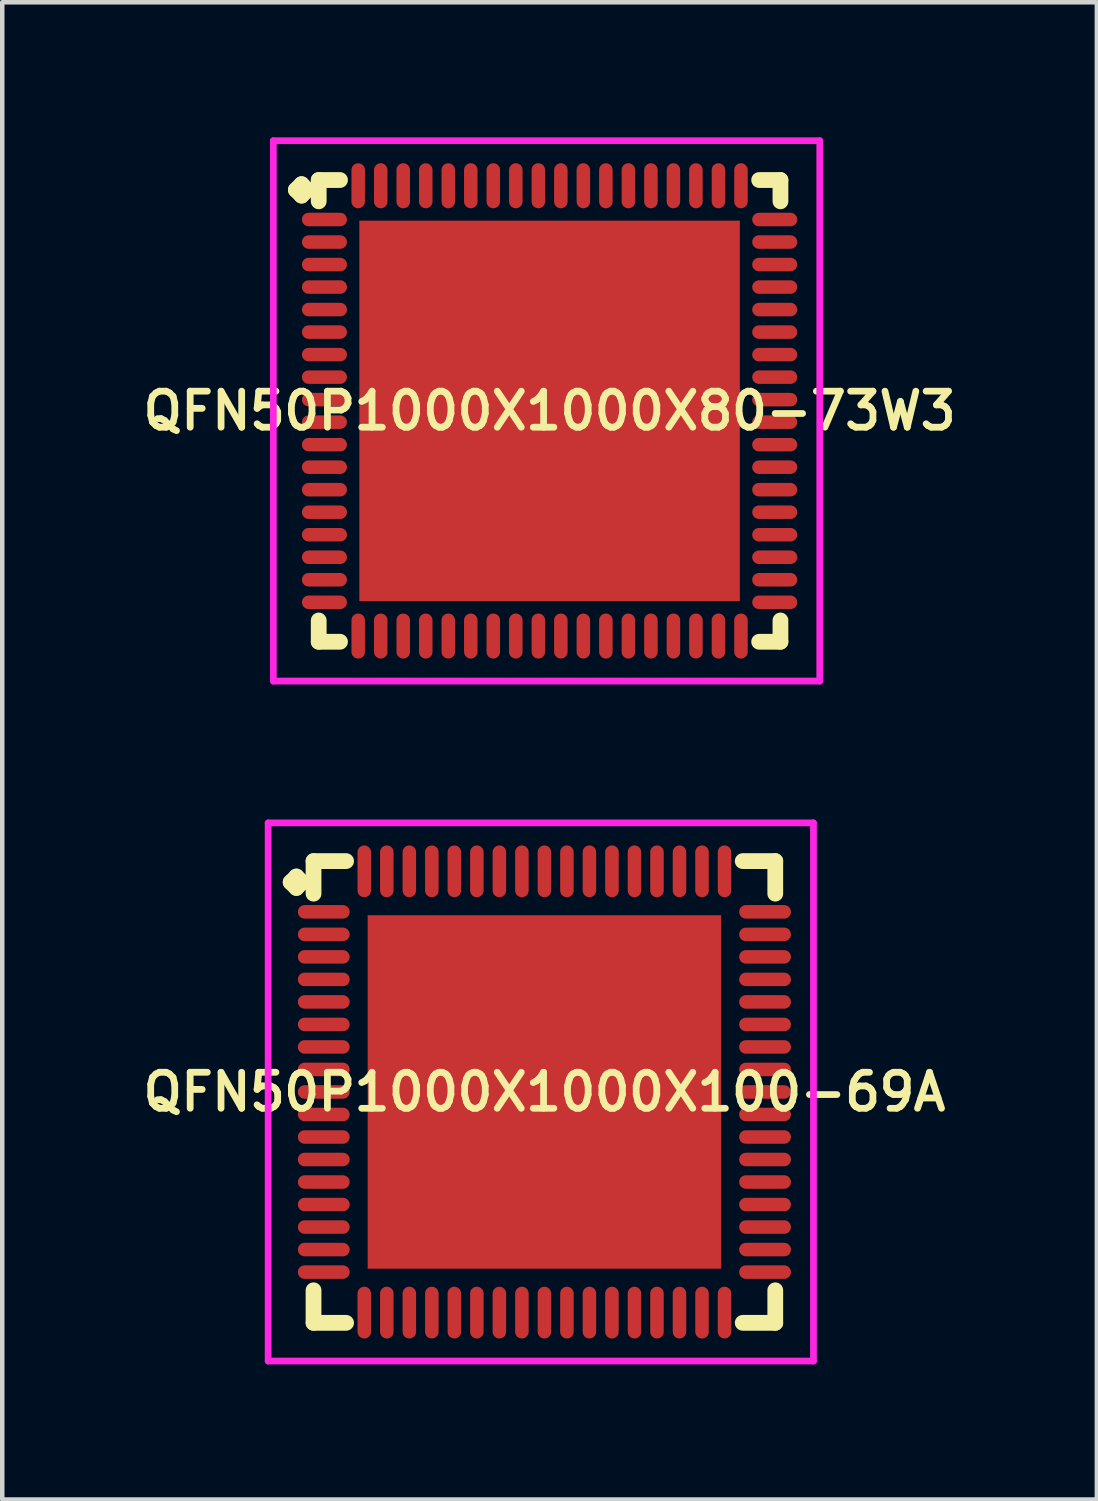
<source format=kicad_pcb>
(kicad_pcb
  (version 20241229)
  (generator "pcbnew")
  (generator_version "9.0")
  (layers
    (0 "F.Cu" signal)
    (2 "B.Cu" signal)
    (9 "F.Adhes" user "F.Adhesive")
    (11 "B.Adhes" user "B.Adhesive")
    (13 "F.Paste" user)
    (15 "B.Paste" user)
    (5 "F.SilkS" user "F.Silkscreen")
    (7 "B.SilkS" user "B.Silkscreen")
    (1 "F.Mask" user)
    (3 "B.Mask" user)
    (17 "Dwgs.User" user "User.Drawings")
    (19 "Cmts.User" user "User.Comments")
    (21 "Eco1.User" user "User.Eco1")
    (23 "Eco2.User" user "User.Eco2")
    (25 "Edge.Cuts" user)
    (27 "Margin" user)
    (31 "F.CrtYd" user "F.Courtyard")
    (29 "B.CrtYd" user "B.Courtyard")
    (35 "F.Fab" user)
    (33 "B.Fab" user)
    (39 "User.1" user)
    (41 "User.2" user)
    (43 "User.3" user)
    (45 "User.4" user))
  (footprint "QFN50P1000X1000X80-73W3"
    (layer "F.Cu")
    (at 9.155 6.075)
    (property "Reference" "QFN50P1000X1000X80-73W3" (at 0 0 0) (layer "F.SilkS") (effects (font (size 0.8 0.8) (thickness 0.15))))
    (attr smd)
    (fp_line (start -5.635 -4.908) (end -5.508 -5.035) (stroke (width 0.35) (type solid)) (layer "F.SilkS"))
    (fp_line (start -5.508 -5.035) (end -5.381 -4.908) (stroke (width 0.35) (type solid)) (layer "F.SilkS"))
    (fp_line (start -5.508 -4.781) (end -5.635 -4.908) (stroke (width 0.35) (type solid)) (layer "F.SilkS"))
    (fp_line (start -5.381 -4.908) (end -5.508 -4.781) (stroke (width 0.35) (type solid)) (layer "F.SilkS"))
    (fp_line (start -5.127 -5.127) (end -4.654 -5.127) (stroke (width 0.35) (type solid)) (layer "F.SilkS"))
    (fp_line (start -5.127 -4.654) (end -5.127 -5.127) (stroke (width 0.35) (type solid)) (layer "F.SilkS"))
    (fp_line (start -5.127 4.654) (end -5.127 5.127) (stroke (width 0.35) (type solid)) (layer "F.SilkS"))
    (fp_line (start -5.127 5.127) (end -4.654 5.127) (stroke (width 0.35) (type solid)) (layer "F.SilkS"))
    (fp_line (start 4.654 -5.127) (end 5.127 -5.127) (stroke (width 0.35) (type solid)) (layer "F.SilkS"))
    (fp_line (start 4.654 5.127) (end 5.127 5.127) (stroke (width 0.35) (type solid)) (layer "F.SilkS"))
    (fp_line (start 5.127 -5.127) (end 5.127 -4.654) (stroke (width 0.35) (type solid)) (layer "F.SilkS"))
    (fp_line (start 5.127 5.127) (end 5.127 4.654) (stroke (width 0.35) (type solid)) (layer "F.SilkS"))
    (fp_line (start -6.135 -6) (end 6 -6) (stroke (width 0.15) (type solid)) (layer "F.CrtYd"))
    (fp_line (start -6.135 6) (end -6.135 -6) (stroke (width 0.15) (type solid)) (layer "F.CrtYd"))
    (fp_line (start 6 -6) (end 6 6) (stroke (width 0.15) (type solid)) (layer "F.CrtYd"))
    (fp_line (start 6 6) (end -6.135 6) (stroke (width 0.15) (type solid)) (layer "F.CrtYd"))
    (pad "1" smd oval (at -5 -4.25) (size 1 0.3) (layers "F.Cu" "F.Mask" "F.Paste"))
    (pad "2" smd oval (at -5 -3.75) (size 1 0.3) (layers "F.Cu" "F.Mask" "F.Paste"))
    (pad "3" smd oval (at -5 -3.25) (size 1 0.3) (layers "F.Cu" "F.Mask" "F.Paste"))
    (pad "4" smd oval (at -5 -2.75) (size 1 0.3) (layers "F.Cu" "F.Mask" "F.Paste"))
    (pad "5" smd oval (at -5 -2.25) (size 1 0.3) (layers "F.Cu" "F.Mask" "F.Paste"))
    (pad "6" smd oval (at -5 -1.75) (size 1 0.3) (layers "F.Cu" "F.Mask" "F.Paste"))
    (pad "7" smd oval (at -5 -1.25) (size 1 0.3) (layers "F.Cu" "F.Mask" "F.Paste"))
    (pad "8" smd oval (at -5 -0.75) (size 1 0.3) (layers "F.Cu" "F.Mask" "F.Paste"))
    (pad "9" smd oval (at -5 -0.25) (size 1 0.3) (layers "F.Cu" "F.Mask" "F.Paste"))
    (pad "10" smd oval (at -5 0.25) (size 1 0.3) (layers "F.Cu" "F.Mask" "F.Paste"))
    (pad "11" smd oval (at -5 0.75) (size 1 0.3) (layers "F.Cu" "F.Mask" "F.Paste"))
    (pad "12" smd oval (at -5 1.25) (size 1 0.3) (layers "F.Cu" "F.Mask" "F.Paste"))
    (pad "13" smd oval (at -5 1.75) (size 1 0.3) (layers "F.Cu" "F.Mask" "F.Paste"))
    (pad "14" smd oval (at -5 2.25) (size 1 0.3) (layers "F.Cu" "F.Mask" "F.Paste"))
    (pad "15" smd oval (at -5 2.75) (size 1 0.3) (layers "F.Cu" "F.Mask" "F.Paste"))
    (pad "16" smd oval (at -5 3.25) (size 1 0.3) (layers "F.Cu" "F.Mask" "F.Paste"))
    (pad "17" smd oval (at -5 3.75) (size 1 0.3) (layers "F.Cu" "F.Mask" "F.Paste"))
    (pad "18" smd oval (at -5 4.25) (size 1 0.3) (layers "F.Cu" "F.Mask" "F.Paste"))
    (pad "19" smd oval (at -4.25 5) (size 0.3 1) (layers "F.Cu" "F.Mask" "F.Paste"))
    (pad "20" smd oval (at -3.75 5) (size 0.3 1) (layers "F.Cu" "F.Mask" "F.Paste"))
    (pad "21" smd oval (at -3.25 5) (size 0.3 1) (layers "F.Cu" "F.Mask" "F.Paste"))
    (pad "22" smd oval (at -2.75 5) (size 0.3 1) (layers "F.Cu" "F.Mask" "F.Paste"))
    (pad "23" smd oval (at -2.25 5) (size 0.3 1) (layers "F.Cu" "F.Mask" "F.Paste"))
    (pad "24" smd oval (at -1.75 5) (size 0.3 1) (layers "F.Cu" "F.Mask" "F.Paste"))
    (pad "25" smd oval (at -1.25 5) (size 0.3 1) (layers "F.Cu" "F.Mask" "F.Paste"))
    (pad "26" smd oval (at -0.75 5) (size 0.3 1) (layers "F.Cu" "F.Mask" "F.Paste"))
    (pad "27" smd oval (at -0.25 5) (size 0.3 1) (layers "F.Cu" "F.Mask" "F.Paste"))
    (pad "28" smd oval (at 0.25 5) (size 0.3 1) (layers "F.Cu" "F.Mask" "F.Paste"))
    (pad "29" smd oval (at 0.75 5) (size 0.3 1) (layers "F.Cu" "F.Mask" "F.Paste"))
    (pad "30" smd oval (at 1.25 5) (size 0.3 1) (layers "F.Cu" "F.Mask" "F.Paste"))
    (pad "31" smd oval (at 1.75 5) (size 0.3 1) (layers "F.Cu" "F.Mask" "F.Paste"))
    (pad "32" smd oval (at 2.25 5) (size 0.3 1) (layers "F.Cu" "F.Mask" "F.Paste"))
    (pad "33" smd oval (at 2.75 5) (size 0.3 1) (layers "F.Cu" "F.Mask" "F.Paste"))
    (pad "34" smd oval (at 3.25 5) (size 0.3 1) (layers "F.Cu" "F.Mask" "F.Paste"))
    (pad "35" smd oval (at 3.75 5) (size 0.3 1) (layers "F.Cu" "F.Mask" "F.Paste"))
    (pad "36" smd oval (at 4.25 5) (size 0.3 1) (layers "F.Cu" "F.Mask" "F.Paste"))
    (pad "37" smd oval (at 5 4.25) (size 1 0.3) (layers "F.Cu" "F.Mask" "F.Paste"))
    (pad "38" smd oval (at 5 3.75) (size 1 0.3) (layers "F.Cu" "F.Mask" "F.Paste"))
    (pad "39" smd oval (at 5 3.25) (size 1 0.3) (layers "F.Cu" "F.Mask" "F.Paste"))
    (pad "40" smd oval (at 5 2.75) (size 1 0.3) (layers "F.Cu" "F.Mask" "F.Paste"))
    (pad "41" smd oval (at 5 2.25) (size 1 0.3) (layers "F.Cu" "F.Mask" "F.Paste"))
    (pad "42" smd oval (at 5 1.75) (size 1 0.3) (layers "F.Cu" "F.Mask" "F.Paste"))
    (pad "43" smd oval (at 5 1.25) (size 1 0.3) (layers "F.Cu" "F.Mask" "F.Paste"))
    (pad "44" smd oval (at 5 0.75) (size 1 0.3) (layers "F.Cu" "F.Mask" "F.Paste"))
    (pad "45" smd oval (at 5 0.25) (size 1 0.3) (layers "F.Cu" "F.Mask" "F.Paste"))
    (pad "46" smd oval (at 5 -0.25) (size 1 0.3) (layers "F.Cu" "F.Mask" "F.Paste"))
    (pad "47" smd oval (at 5 -0.75) (size 1 0.3) (layers "F.Cu" "F.Mask" "F.Paste"))
    (pad "48" smd oval (at 5 -1.25) (size 1 0.3) (layers "F.Cu" "F.Mask" "F.Paste"))
    (pad "49" smd oval (at 5 -1.75) (size 1 0.3) (layers "F.Cu" "F.Mask" "F.Paste"))
    (pad "50" smd oval (at 5 -2.25) (size 1 0.3) (layers "F.Cu" "F.Mask" "F.Paste"))
    (pad "51" smd oval (at 5 -2.75) (size 1 0.3) (layers "F.Cu" "F.Mask" "F.Paste"))
    (pad "52" smd oval (at 5 -3.25) (size 1 0.3) (layers "F.Cu" "F.Mask" "F.Paste"))
    (pad "53" smd oval (at 5 -3.75) (size 1 0.3) (layers "F.Cu" "F.Mask" "F.Paste"))
    (pad "54" smd oval (at 5 -4.25) (size 1 0.3) (layers "F.Cu" "F.Mask" "F.Paste"))
    (pad "55" smd oval (at 4.25 -5) (size 0.3 1) (layers "F.Cu" "F.Mask" "F.Paste"))
    (pad "56" smd oval (at 3.75 -5) (size 0.3 1) (layers "F.Cu" "F.Mask" "F.Paste"))
    (pad "57" smd oval (at 3.25 -5) (size 0.3 1) (layers "F.Cu" "F.Mask" "F.Paste"))
    (pad "58" smd oval (at 2.75 -5) (size 0.3 1) (layers "F.Cu" "F.Mask" "F.Paste"))
    (pad "59" smd oval (at 2.25 -5) (size 0.3 1) (layers "F.Cu" "F.Mask" "F.Paste"))
    (pad "60" smd oval (at 1.75 -5) (size 0.3 1) (layers "F.Cu" "F.Mask" "F.Paste"))
    (pad "61" smd oval (at 1.25 -5) (size 0.3 1) (layers "F.Cu" "F.Mask" "F.Paste"))
    (pad "62" smd oval (at 0.75 -5) (size 0.3 1) (layers "F.Cu" "F.Mask" "F.Paste"))
    (pad "63" smd oval (at 0.25 -5) (size 0.3 1) (layers "F.Cu" "F.Mask" "F.Paste"))
    (pad "64" smd oval (at -0.25 -5) (size 0.3 1) (layers "F.Cu" "F.Mask" "F.Paste"))
    (pad "65" smd oval (at -0.75 -5) (size 0.3 1) (layers "F.Cu" "F.Mask" "F.Paste"))
    (pad "66" smd oval (at -1.25 -5) (size 0.3 1) (layers "F.Cu" "F.Mask" "F.Paste"))
    (pad "67" smd oval (at -1.75 -5) (size 0.3 1) (layers "F.Cu" "F.Mask" "F.Paste"))
    (pad "68" smd oval (at -2.25 -5) (size 0.3 1) (layers "F.Cu" "F.Mask" "F.Paste"))
    (pad "69" smd oval (at -2.75 -5) (size 0.3 1) (layers "F.Cu" "F.Mask" "F.Paste"))
    (pad "70" smd oval (at -3.25 -5) (size 0.3 1) (layers "F.Cu" "F.Mask" "F.Paste"))
    (pad "71" smd oval (at -3.75 -5) (size 0.3 1) (layers "F.Cu" "F.Mask" "F.Paste"))
    (pad "72" smd oval (at -4.25 -5) (size 0.3 1) (layers "F.Cu" "F.Mask" "F.Paste"))
    (pad "73" smd rect (at 0 0) (size 8.45 8.45) (layers "F.Cu" "F.Mask" "F.Paste")))
  (footprint "QFN50P1000X1000X100-69A"
    (layer "F.Cu")
    (at 9.04 21.2)
    (property "Reference" "QFN50P1000X1000X100-69A" (at 0 0 0) (layer "F.SilkS") (effects (font (size 0.8 0.8) (thickness 0.15))))
    (attr smd)
    (fp_line (start -5.635 -4.658) (end -5.508 -4.785) (stroke (width 0.35) (type solid)) (layer "F.SilkS"))
    (fp_line (start -5.508 -4.785) (end -5.381 -4.658) (stroke (width 0.35) (type solid)) (layer "F.SilkS"))
    (fp_line (start -5.508 -4.531) (end -5.635 -4.658) (stroke (width 0.35) (type solid)) (layer "F.SilkS"))
    (fp_line (start -5.381 -4.658) (end -5.508 -4.531) (stroke (width 0.35) (type solid)) (layer "F.SilkS"))
    (fp_line (start -5.127 -5.127) (end -4.404 -5.127) (stroke (width 0.35) (type solid)) (layer "F.SilkS"))
    (fp_line (start -5.127 -4.404) (end -5.127 -5.127) (stroke (width 0.35) (type solid)) (layer "F.SilkS"))
    (fp_line (start -5.127 4.404) (end -5.127 5.127) (stroke (width 0.35) (type solid)) (layer "F.SilkS"))
    (fp_line (start -5.127 5.127) (end -4.404 5.127) (stroke (width 0.35) (type solid)) (layer "F.SilkS"))
    (fp_line (start 4.404 -5.127) (end 5.127 -5.127) (stroke (width 0.35) (type solid)) (layer "F.SilkS"))
    (fp_line (start 4.404 5.127) (end 5.127 5.127) (stroke (width 0.35) (type solid)) (layer "F.SilkS"))
    (fp_line (start 5.127 -5.127) (end 5.127 -4.404) (stroke (width 0.35) (type solid)) (layer "F.SilkS"))
    (fp_line (start 5.127 5.127) (end 5.127 4.404) (stroke (width 0.35) (type solid)) (layer "F.SilkS"))
    (fp_line (start -6.135 -5.975) (end 5.975 -5.975) (stroke (width 0.15) (type solid)) (layer "F.CrtYd"))
    (fp_line (start -6.135 5.975) (end -6.135 -5.975) (stroke (width 0.15) (type solid)) (layer "F.CrtYd"))
    (fp_line (start 5.975 -5.975) (end 5.975 5.975) (stroke (width 0.15) (type solid)) (layer "F.CrtYd"))
    (fp_line (start 5.975 5.975) (end -6.135 5.975) (stroke (width 0.15) (type solid)) (layer "F.CrtYd"))
    (pad "1" smd oval (at -4.9 -4) (size 1.15 0.3) (layers "F.Cu" "F.Mask" "F.Paste"))
    (pad "2" smd oval (at -4.9 -3.5) (size 1.15 0.3) (layers "F.Cu" "F.Mask" "F.Paste"))
    (pad "3" smd oval (at -4.9 -3) (size 1.15 0.3) (layers "F.Cu" "F.Mask" "F.Paste"))
    (pad "4" smd oval (at -4.9 -2.5) (size 1.15 0.3) (layers "F.Cu" "F.Mask" "F.Paste"))
    (pad "5" smd oval (at -4.9 -2) (size 1.15 0.3) (layers "F.Cu" "F.Mask" "F.Paste"))
    (pad "6" smd oval (at -4.9 -1.5) (size 1.15 0.3) (layers "F.Cu" "F.Mask" "F.Paste"))
    (pad "7" smd oval (at -4.9 -1) (size 1.15 0.3) (layers "F.Cu" "F.Mask" "F.Paste"))
    (pad "8" smd oval (at -4.9 -0.5) (size 1.15 0.3) (layers "F.Cu" "F.Mask" "F.Paste"))
    (pad "9" smd oval (at -4.9 0) (size 1.15 0.3) (layers "F.Cu" "F.Mask" "F.Paste"))
    (pad "10" smd oval (at -4.9 0.5) (size 1.15 0.3) (layers "F.Cu" "F.Mask" "F.Paste"))
    (pad "11" smd oval (at -4.9 1) (size 1.15 0.3) (layers "F.Cu" "F.Mask" "F.Paste"))
    (pad "12" smd oval (at -4.9 1.5) (size 1.15 0.3) (layers "F.Cu" "F.Mask" "F.Paste"))
    (pad "13" smd oval (at -4.9 2) (size 1.15 0.3) (layers "F.Cu" "F.Mask" "F.Paste"))
    (pad "14" smd oval (at -4.9 2.5) (size 1.15 0.3) (layers "F.Cu" "F.Mask" "F.Paste"))
    (pad "15" smd oval (at -4.9 3) (size 1.15 0.3) (layers "F.Cu" "F.Mask" "F.Paste"))
    (pad "16" smd oval (at -4.9 3.5) (size 1.15 0.3) (layers "F.Cu" "F.Mask" "F.Paste"))
    (pad "17" smd oval (at -4.9 4) (size 1.15 0.3) (layers "F.Cu" "F.Mask" "F.Paste"))
    (pad "18" smd oval (at -4 4.9) (size 0.3 1.15) (layers "F.Cu" "F.Mask" "F.Paste"))
    (pad "19" smd oval (at -3.5 4.9) (size 0.3 1.15) (layers "F.Cu" "F.Mask" "F.Paste"))
    (pad "20" smd oval (at -3 4.9) (size 0.3 1.15) (layers "F.Cu" "F.Mask" "F.Paste"))
    (pad "21" smd oval (at -2.5 4.9) (size 0.3 1.15) (layers "F.Cu" "F.Mask" "F.Paste"))
    (pad "22" smd oval (at -2 4.9) (size 0.3 1.15) (layers "F.Cu" "F.Mask" "F.Paste"))
    (pad "23" smd oval (at -1.5 4.9) (size 0.3 1.15) (layers "F.Cu" "F.Mask" "F.Paste"))
    (pad "24" smd oval (at -1 4.9) (size 0.3 1.15) (layers "F.Cu" "F.Mask" "F.Paste"))
    (pad "25" smd oval (at -0.5 4.9) (size 0.3 1.15) (layers "F.Cu" "F.Mask" "F.Paste"))
    (pad "26" smd oval (at 0 4.9) (size 0.3 1.15) (layers "F.Cu" "F.Mask" "F.Paste"))
    (pad "27" smd oval (at 0.5 4.9) (size 0.3 1.15) (layers "F.Cu" "F.Mask" "F.Paste"))
    (pad "28" smd oval (at 1 4.9) (size 0.3 1.15) (layers "F.Cu" "F.Mask" "F.Paste"))
    (pad "29" smd oval (at 1.5 4.9) (size 0.3 1.15) (layers "F.Cu" "F.Mask" "F.Paste"))
    (pad "30" smd oval (at 2 4.9) (size 0.3 1.15) (layers "F.Cu" "F.Mask" "F.Paste"))
    (pad "31" smd oval (at 2.5 4.9) (size 0.3 1.15) (layers "F.Cu" "F.Mask" "F.Paste"))
    (pad "32" smd oval (at 3 4.9) (size 0.3 1.15) (layers "F.Cu" "F.Mask" "F.Paste"))
    (pad "33" smd oval (at 3.5 4.9) (size 0.3 1.15) (layers "F.Cu" "F.Mask" "F.Paste"))
    (pad "34" smd oval (at 4 4.9) (size 0.3 1.15) (layers "F.Cu" "F.Mask" "F.Paste"))
    (pad "35" smd oval (at 4.9 4) (size 1.15 0.3) (layers "F.Cu" "F.Mask" "F.Paste"))
    (pad "36" smd oval (at 4.9 3.5) (size 1.15 0.3) (layers "F.Cu" "F.Mask" "F.Paste"))
    (pad "37" smd oval (at 4.9 3) (size 1.15 0.3) (layers "F.Cu" "F.Mask" "F.Paste"))
    (pad "38" smd oval (at 4.9 2.5) (size 1.15 0.3) (layers "F.Cu" "F.Mask" "F.Paste"))
    (pad "39" smd oval (at 4.9 2) (size 1.15 0.3) (layers "F.Cu" "F.Mask" "F.Paste"))
    (pad "40" smd oval (at 4.9 1.5) (size 1.15 0.3) (layers "F.Cu" "F.Mask" "F.Paste"))
    (pad "41" smd oval (at 4.9 1) (size 1.15 0.3) (layers "F.Cu" "F.Mask" "F.Paste"))
    (pad "42" smd oval (at 4.9 0.5) (size 1.15 0.3) (layers "F.Cu" "F.Mask" "F.Paste"))
    (pad "43" smd oval (at 4.9 0) (size 1.15 0.3) (layers "F.Cu" "F.Mask" "F.Paste"))
    (pad "44" smd oval (at 4.9 -0.5) (size 1.15 0.3) (layers "F.Cu" "F.Mask" "F.Paste"))
    (pad "45" smd oval (at 4.9 -1) (size 1.15 0.3) (layers "F.Cu" "F.Mask" "F.Paste"))
    (pad "46" smd oval (at 4.9 -1.5) (size 1.15 0.3) (layers "F.Cu" "F.Mask" "F.Paste"))
    (pad "47" smd oval (at 4.9 -2) (size 1.15 0.3) (layers "F.Cu" "F.Mask" "F.Paste"))
    (pad "48" smd oval (at 4.9 -2.5) (size 1.15 0.3) (layers "F.Cu" "F.Mask" "F.Paste"))
    (pad "49" smd oval (at 4.9 -3) (size 1.15 0.3) (layers "F.Cu" "F.Mask" "F.Paste"))
    (pad "50" smd oval (at 4.9 -3.5) (size 1.15 0.3) (layers "F.Cu" "F.Mask" "F.Paste"))
    (pad "51" smd oval (at 4.9 -4) (size 1.15 0.3) (layers "F.Cu" "F.Mask" "F.Paste"))
    (pad "52" smd oval (at 4 -4.9) (size 0.3 1.15) (layers "F.Cu" "F.Mask" "F.Paste"))
    (pad "53" smd oval (at 3.5 -4.9) (size 0.3 1.15) (layers "F.Cu" "F.Mask" "F.Paste"))
    (pad "54" smd oval (at 3 -4.9) (size 0.3 1.15) (layers "F.Cu" "F.Mask" "F.Paste"))
    (pad "55" smd oval (at 2.5 -4.9) (size 0.3 1.15) (layers "F.Cu" "F.Mask" "F.Paste"))
    (pad "56" smd oval (at 2 -4.9) (size 0.3 1.15) (layers "F.Cu" "F.Mask" "F.Paste"))
    (pad "57" smd oval (at 1.5 -4.9) (size 0.3 1.15) (layers "F.Cu" "F.Mask" "F.Paste"))
    (pad "58" smd oval (at 1 -4.9) (size 0.3 1.15) (layers "F.Cu" "F.Mask" "F.Paste"))
    (pad "59" smd oval (at 0.5 -4.9) (size 0.3 1.15) (layers "F.Cu" "F.Mask" "F.Paste"))
    (pad "60" smd oval (at 0 -4.9) (size 0.3 1.15) (layers "F.Cu" "F.Mask" "F.Paste"))
    (pad "61" smd oval (at -0.5 -4.9) (size 0.3 1.15) (layers "F.Cu" "F.Mask" "F.Paste"))
    (pad "62" smd oval (at -1 -4.9) (size 0.3 1.15) (layers "F.Cu" "F.Mask" "F.Paste"))
    (pad "63" smd oval (at -1.5 -4.9) (size 0.3 1.15) (layers "F.Cu" "F.Mask" "F.Paste"))
    (pad "64" smd oval (at -2 -4.9) (size 0.3 1.15) (layers "F.Cu" "F.Mask" "F.Paste"))
    (pad "65" smd oval (at -2.5 -4.9) (size 0.3 1.15) (layers "F.Cu" "F.Mask" "F.Paste"))
    (pad "66" smd oval (at -3 -4.9) (size 0.3 1.15) (layers "F.Cu" "F.Mask" "F.Paste"))
    (pad "67" smd oval (at -3.5 -4.9) (size 0.3 1.15) (layers "F.Cu" "F.Mask" "F.Paste"))
    (pad "68" smd oval (at -4 -4.9) (size 0.3 1.15) (layers "F.Cu" "F.Mask" "F.Paste"))
    (pad "69" smd rect (at 0 0) (size 7.85 7.85) (layers "F.Cu" "F.Mask" "F.Paste")))
  (gr_rect
    (start -3 -3)
    (end 21.309 30.25)
    (stroke (width 0.1) (type default))
    (fill no)
    (layer "Edge.Cuts")))
</source>
